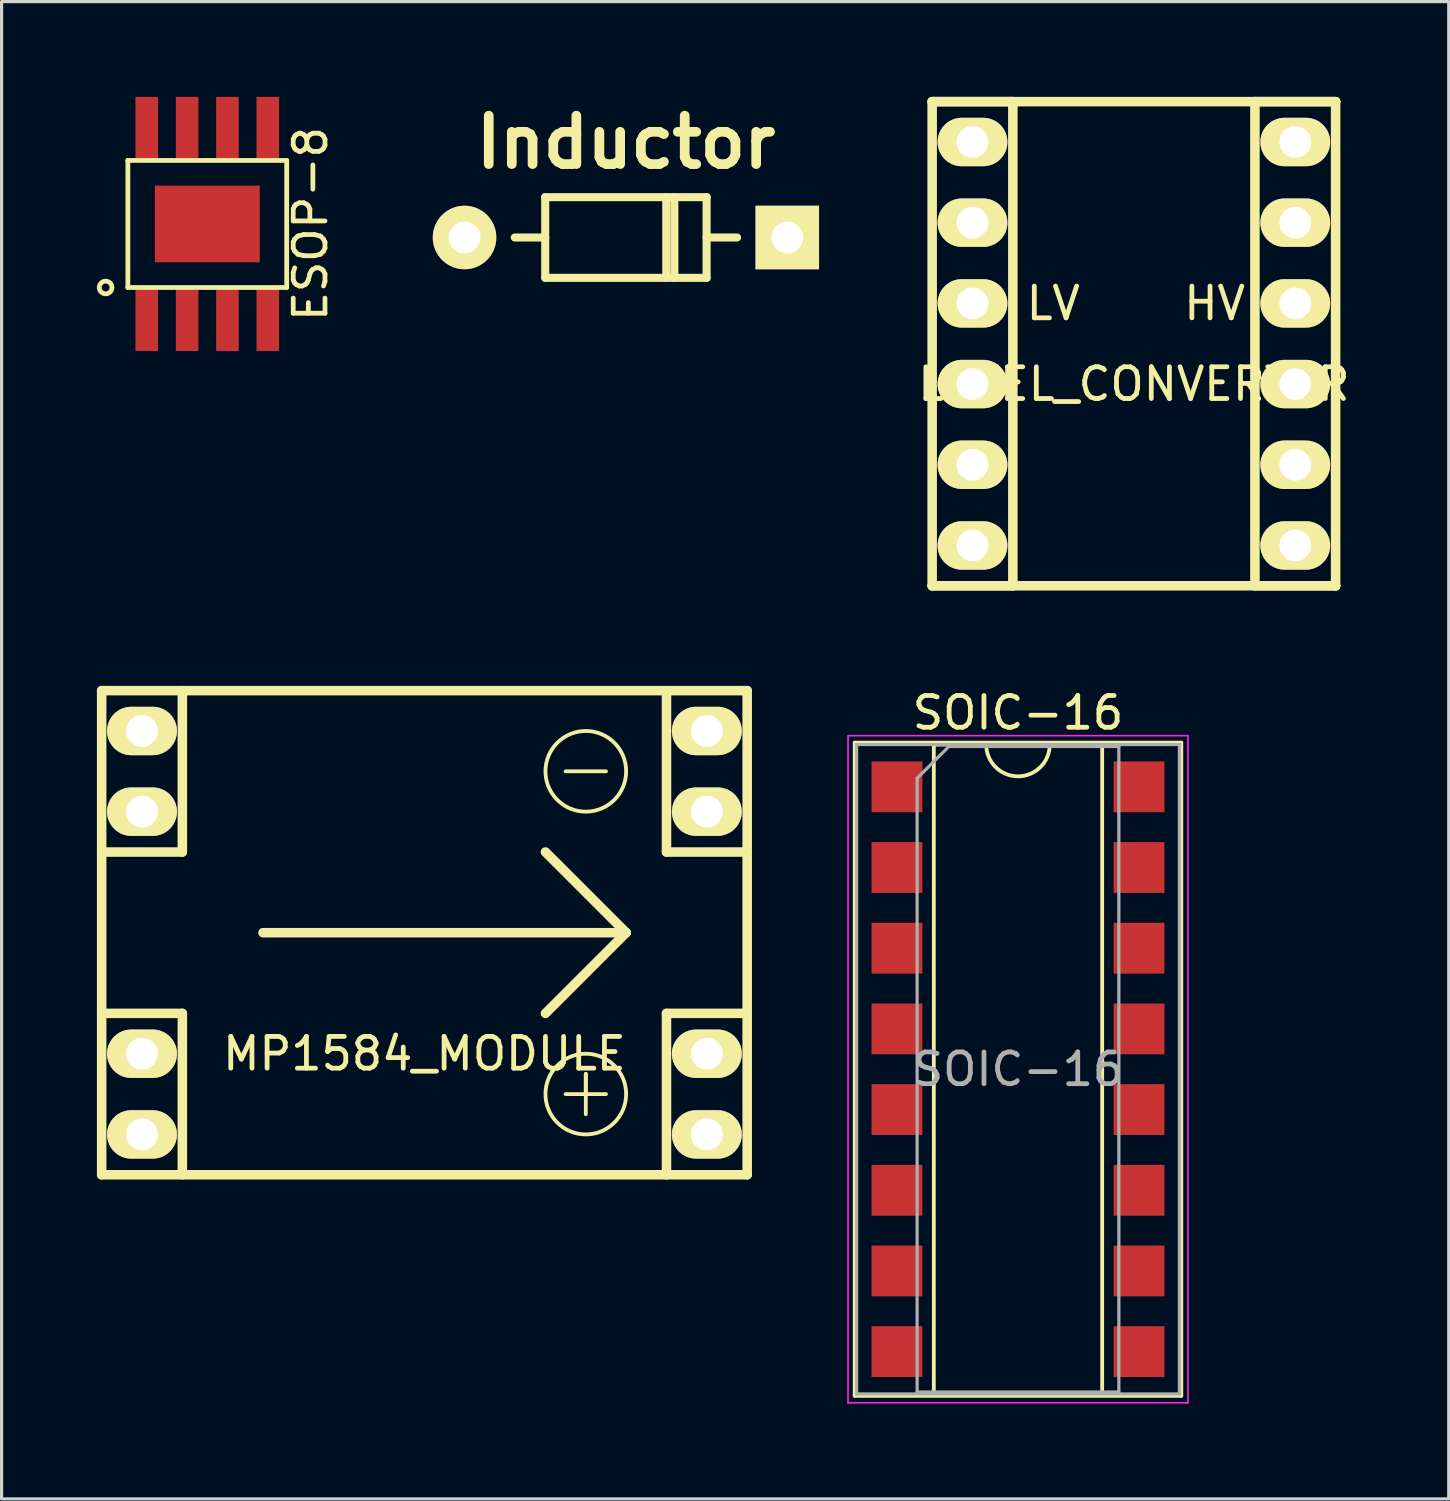
<source format=kicad_pcb>
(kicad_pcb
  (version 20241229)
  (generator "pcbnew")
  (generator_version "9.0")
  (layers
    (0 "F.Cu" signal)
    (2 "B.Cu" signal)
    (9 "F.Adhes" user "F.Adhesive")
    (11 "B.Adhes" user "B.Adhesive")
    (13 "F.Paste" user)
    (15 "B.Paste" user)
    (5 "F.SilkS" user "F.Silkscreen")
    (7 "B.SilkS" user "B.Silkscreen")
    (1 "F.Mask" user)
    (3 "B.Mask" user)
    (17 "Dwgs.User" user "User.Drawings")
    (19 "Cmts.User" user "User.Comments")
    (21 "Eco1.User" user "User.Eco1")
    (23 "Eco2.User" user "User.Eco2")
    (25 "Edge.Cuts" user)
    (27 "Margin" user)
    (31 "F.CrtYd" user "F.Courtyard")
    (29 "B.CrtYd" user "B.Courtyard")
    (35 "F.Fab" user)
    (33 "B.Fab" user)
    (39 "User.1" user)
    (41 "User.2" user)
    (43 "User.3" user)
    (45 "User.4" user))
  (footprint "MP1584_MODULE"
    (layer "F.Cu")
    (at 10.31 26.31)
    (property "Reference" "MP1584_MODULE" (at 0 3.81 180) (layer "F.SilkS") (effects (font (size 1 1) (thickness 0.15))))
    (attr through_hole)
    (fp_line (start -10.16 -7.62) (end 10.16 -7.62) (stroke (width 0.3) (type solid)) (layer "F.SilkS"))
    (fp_line (start -10.16 -2.54) (end -7.62 -2.54) (stroke (width 0.3) (type solid)) (layer "F.SilkS"))
    (fp_line (start -10.16 2.54) (end -7.62 2.54) (stroke (width 0.3) (type solid)) (layer "F.SilkS"))
    (fp_line (start -10.16 7.62) (end -10.16 -7.62) (stroke (width 0.3) (type solid)) (layer "F.SilkS"))
    (fp_line (start -7.62 -2.54) (end -7.62 -7.62) (stroke (width 0.3) (type solid)) (layer "F.SilkS"))
    (fp_line (start -7.62 7.62) (end -7.62 2.54) (stroke (width 0.3) (type solid)) (layer "F.SilkS"))
    (fp_line (start -5.08 0) (end 6.35 0) (stroke (width 0.3) (type solid)) (layer "F.SilkS"))
    (fp_line (start 4.445 -5.08) (end 5.715 -5.08) (stroke (width 0.12) (type solid)) (layer "F.SilkS"))
    (fp_line (start 4.445 5.08) (end 5.08 5.08) (stroke (width 0.12) (type solid)) (layer "F.SilkS"))
    (fp_line (start 5.08 4.445) (end 5.08 5.715) (stroke (width 0.12) (type solid)) (layer "F.SilkS"))
    (fp_line (start 5.08 5.08) (end 5.08 4.445) (stroke (width 0.12) (type solid)) (layer "F.SilkS"))
    (fp_line (start 5.715 5.08) (end 5.08 5.08) (stroke (width 0.12) (type solid)) (layer "F.SilkS"))
    (fp_line (start 6.35 0) (end 3.81 -2.54) (stroke (width 0.3) (type solid)) (layer "F.SilkS"))
    (fp_line (start 6.35 0) (end 3.81 2.54) (stroke (width 0.3) (type solid)) (layer "F.SilkS"))
    (fp_line (start 7.62 -2.54) (end 7.62 -7.62) (stroke (width 0.3) (type solid)) (layer "F.SilkS"))
    (fp_line (start 7.62 -2.54) (end 10.16 -2.54) (stroke (width 0.3) (type solid)) (layer "F.SilkS"))
    (fp_line (start 7.62 2.54) (end 10.16 2.54) (stroke (width 0.3) (type solid)) (layer "F.SilkS"))
    (fp_line (start 7.62 7.62) (end 7.62 2.54) (stroke (width 0.3) (type solid)) (layer "F.SilkS"))
    (fp_line (start 10.16 -7.62) (end 10.16 7.62) (stroke (width 0.3) (type solid)) (layer "F.SilkS"))
    (fp_line (start 10.16 7.62) (end -10.16 7.62) (stroke (width 0.3) (type solid)) (layer "F.SilkS"))
    (fp_circle (center 5.08 -5.08) (end 5.08 -3.81) (stroke (width 0.12) (type solid)) (fill no) (layer "F.SilkS"))
    (fp_circle (center 5.08 5.08) (end 5.08 6.35) (stroke (width 0.12) (type solid)) (fill no) (layer "F.SilkS"))
    (pad "1" thru_hole oval (at -8.89 -6.35 90) (size 1.524 2.2) (drill 1.001) (layers "*.Cu" "*.Mask" "F.SilkS"))
    (pad "1" thru_hole oval (at -8.89 -3.81 90) (size 1.524 2.2) (drill 1.001) (layers "*.Cu" "*.Mask" "F.SilkS"))
    (pad "2" thru_hole oval (at -8.89 3.81 90) (size 1.524 2.2) (drill 1.001) (layers "*.Cu" "*.Mask" "F.SilkS"))
    (pad "2" thru_hole oval (at -8.89 6.35 90) (size 1.524 2.2) (drill 1.001) (layers "*.Cu" "*.Mask" "F.SilkS"))
    (pad "3" thru_hole oval (at 8.89 3.81 90) (size 1.524 2.2) (drill 1.001) (layers "*.Cu" "*.Mask" "F.SilkS"))
    (pad "3" thru_hole oval (at 8.89 6.35 90) (size 1.524 2.2) (drill 1.001) (layers "*.Cu" "*.Mask" "F.SilkS"))
    (pad "4" thru_hole oval (at 8.89 -6.35 90) (size 1.524 2.2) (drill 1.001) (layers "*.Cu" "*.Mask" "F.SilkS"))
    (pad "4" thru_hole oval (at 8.89 -3.81 90) (size 1.524 2.2) (drill 1.001) (layers "*.Cu" "*.Mask" "F.SilkS")))
  (footprint "ESOP-8"
    (layer "F.Cu")
    (at 3.475 4)
    (property "Reference" "ESOP-8" (at 3.25 0 90) (layer "F.SilkS") (effects (font (size 1 1) (thickness 0.15))))
    (attr through_hole)
    (fp_line (start -2.5 -2) (end -2.5 2) (stroke (width 0.15) (type solid)) (layer "F.SilkS"))
    (fp_line (start -2.5 2) (end 2.5 2) (stroke (width 0.15) (type solid)) (layer "F.SilkS"))
    (fp_line (start 2.5 -2) (end -2.5 -2) (stroke (width 0.15) (type solid)) (layer "F.SilkS"))
    (fp_line (start 2.5 -2) (end 2.5 2) (stroke (width 0.15) (type solid)) (layer "F.SilkS"))
    (fp_circle (center -3.2 2) (end -3 2) (stroke (width 0.15) (type solid)) (fill no) (layer "F.SilkS"))
    (pad "" smd rect (at 0 0) (size 3.302 2.413) (layers "F.Cu" "F.Mask" "F.Paste"))
    (pad "1" smd rect (at -1.905 3) (size 0.711 2) (layers "F.Cu" "F.Mask" "F.Paste"))
    (pad "2" smd rect (at -0.635 3) (size 0.711 2) (layers "F.Cu" "F.Mask" "F.Paste"))
    (pad "3" smd rect (at 0.635 3) (size 0.711 2) (layers "F.Cu" "F.Mask" "F.Paste"))
    (pad "4" smd rect (at 1.905 3) (size 0.711 2) (layers "F.Cu" "F.Mask" "F.Paste"))
    (pad "5" smd rect (at 1.905 -3 180) (size 0.711 2) (layers "F.Cu" "F.Mask" "F.Paste"))
    (pad "6" smd rect (at 0.635 -3 180) (size 0.711 2) (layers "F.Cu" "F.Mask" "F.Paste"))
    (pad "7" smd rect (at -0.635 -3 180) (size 0.711 2) (layers "F.Cu" "F.Mask" "F.Paste"))
    (pad "8" smd rect (at -1.905 -3 180) (size 0.711 2) (layers "F.Cu" "F.Mask" "F.Paste")))
  (footprint "Inductor"
    (layer "F.Cu")
    (at 16.653 4.426)
    (property "Reference" "Inductor" (at 0 -3 0) (layer "F.SilkS") (effects (font (size 1.524 1.524) (thickness 0.305))))
    (attr through_hole)
    (fp_line (start -2.54 -1.27) (end -2.54 1.27) (stroke (width 0.254) (type solid)) (layer "F.SilkS"))
    (fp_line (start -2.54 -1.27) (end 2.54 -1.27) (stroke (width 0.254) (type solid)) (layer "F.SilkS"))
    (fp_line (start -2.54 0) (end -3.5 0) (stroke (width 0.254) (type solid)) (layer "F.SilkS"))
    (fp_line (start 1.27 -1.27) (end 1.27 1.27) (stroke (width 0.254) (type solid)) (layer "F.SilkS"))
    (fp_line (start 1.524 1.27) (end 1.524 -1.27) (stroke (width 0.254) (type solid)) (layer "F.SilkS"))
    (fp_line (start 2.54 -1.27) (end 2.54 1.27) (stroke (width 0.254) (type solid)) (layer "F.SilkS"))
    (fp_line (start 2.54 1.27) (end -2.54 1.27) (stroke (width 0.254) (type solid)) (layer "F.SilkS"))
    (fp_line (start 3.5 0) (end 2.54 0) (stroke (width 0.254) (type solid)) (layer "F.SilkS"))
    (pad "1" thru_hole circle (at -5.08 0) (size 1.999 1.999) (drill 1.001) (layers "*.Cu" "*.Mask" "F.SilkS"))
    (pad "2" thru_hole rect (at 5.08 0) (size 1.999 1.999) (drill 1.001) (layers "*.Cu" "*.Mask" "F.SilkS")))
  (footprint "SOIC-16"
    (layer "F.Cu")
    (at 28.995 30.608)
    (property "Reference" "SOIC-16" (at 0 -11.22 0) (layer "F.SilkS") (effects (font (size 1 1) (thickness 0.15))))
    (attr smd)
    (fp_line (start -5.14 -10.28) (end -5.14 10.28) (stroke (width 0.12) (type solid)) (layer "F.SilkS"))
    (fp_line (start -5.14 10.28) (end 5.14 10.28) (stroke (width 0.12) (type solid)) (layer "F.SilkS"))
    (fp_line (start -2.65 -10.22) (end -2.65 10.22) (stroke (width 0.12) (type solid)) (layer "F.SilkS"))
    (fp_line (start -2.65 10.22) (end 2.65 10.22) (stroke (width 0.12) (type solid)) (layer "F.SilkS"))
    (fp_line (start -1 -10.22) (end -2.65 -10.22) (stroke (width 0.12) (type solid)) (layer "F.SilkS"))
    (fp_line (start 2.65 -10.22) (end 1 -10.22) (stroke (width 0.12) (type solid)) (layer "F.SilkS"))
    (fp_line (start 2.65 10.22) (end 2.65 -10.22) (stroke (width 0.12) (type solid)) (layer "F.SilkS"))
    (fp_line (start 5.14 -10.28) (end -5.14 -10.28) (stroke (width 0.12) (type solid)) (layer "F.SilkS"))
    (fp_line (start 5.14 10.28) (end 5.14 -10.28) (stroke (width 0.12) (type solid)) (layer "F.SilkS"))
    (fp_arc (start 1 -10.22) (mid 0 -9.22) (end -1 -10.22) (stroke (width 0.12) (type solid)) (layer "F.SilkS"))
    (fp_line (start -5.35 -10.5) (end -5.35 10.5) (stroke (width 0.05) (type solid)) (layer "F.CrtYd"))
    (fp_line (start -5.35 10.5) (end 5.35 10.5) (stroke (width 0.05) (type solid)) (layer "F.CrtYd"))
    (fp_line (start 5.35 -10.5) (end -5.35 -10.5) (stroke (width 0.05) (type solid)) (layer "F.CrtYd"))
    (fp_line (start 5.35 10.5) (end 5.35 -10.5) (stroke (width 0.05) (type solid)) (layer "F.CrtYd"))
    (fp_line (start -5.08 -10.22) (end -5.08 10.22) (stroke (width 0.1) (type solid)) (layer "F.Fab"))
    (fp_line (start -5.08 10.22) (end 5.08 10.22) (stroke (width 0.1) (type solid)) (layer "F.Fab"))
    (fp_line (start -3.175 -9.16) (end -2.175 -10.16) (stroke (width 0.1) (type solid)) (layer "F.Fab"))
    (fp_line (start -3.175 10.16) (end -3.175 -9.16) (stroke (width 0.1) (type solid)) (layer "F.Fab"))
    (fp_line (start -2.175 -10.16) (end 3.175 -10.16) (stroke (width 0.1) (type solid)) (layer "F.Fab"))
    (fp_line (start 3.175 -10.16) (end 3.175 10.16) (stroke (width 0.1) (type solid)) (layer "F.Fab"))
    (fp_line (start 3.175 10.16) (end -3.175 10.16) (stroke (width 0.1) (type solid)) (layer "F.Fab"))
    (fp_line (start 5.08 -10.22) (end -5.08 -10.22) (stroke (width 0.1) (type solid)) (layer "F.Fab"))
    (fp_line (start 5.08 10.22) (end 5.08 -10.22) (stroke (width 0.1) (type solid)) (layer "F.Fab"))
    (fp_text user "${REFERENCE}" (at 0 0 0) (layer "F.Fab") (effects (font (size 1 1) (thickness 0.15))))
    (pad "1" smd rect (at -3.81 -8.89) (size 1.6 1.6) (layers "F.Cu" "F.Mask" "F.Paste"))
    (pad "2" smd rect (at -3.81 -6.35) (size 1.6 1.6) (layers "F.Cu" "F.Mask" "F.Paste"))
    (pad "3" smd rect (at -3.81 -3.81) (size 1.6 1.6) (layers "F.Cu" "F.Mask" "F.Paste"))
    (pad "4" smd rect (at -3.81 -1.27) (size 1.6 1.6) (layers "F.Cu" "F.Mask" "F.Paste"))
    (pad "5" smd rect (at -3.81 1.27) (size 1.6 1.6) (layers "F.Cu" "F.Mask" "F.Paste"))
    (pad "6" smd rect (at -3.81 3.81) (size 1.6 1.6) (layers "F.Cu" "F.Mask" "F.Paste"))
    (pad "7" smd rect (at -3.81 6.35) (size 1.6 1.6) (layers "F.Cu" "F.Mask" "F.Paste"))
    (pad "8" smd rect (at -3.81 8.89) (size 1.6 1.6) (layers "F.Cu" "F.Mask" "F.Paste"))
    (pad "9" smd rect (at 3.81 8.89) (size 1.6 1.6) (layers "F.Cu" "F.Mask" "F.Paste"))
    (pad "10" smd rect (at 3.81 6.35) (size 1.6 1.6) (layers "F.Cu" "F.Mask" "F.Paste"))
    (pad "11" smd rect (at 3.81 3.81) (size 1.6 1.6) (layers "F.Cu" "F.Mask" "F.Paste"))
    (pad "12" smd rect (at 3.81 1.27) (size 1.6 1.6) (layers "F.Cu" "F.Mask" "F.Paste"))
    (pad "13" smd rect (at 3.81 -1.27) (size 1.6 1.6) (layers "F.Cu" "F.Mask" "F.Paste"))
    (pad "14" smd rect (at 3.81 -3.81) (size 1.6 1.6) (layers "F.Cu" "F.Mask" "F.Paste"))
    (pad "15" smd rect (at 3.81 -6.35) (size 1.6 1.6) (layers "F.Cu" "F.Mask" "F.Paste"))
    (pad "16" smd rect (at 3.81 -8.89) (size 1.6 1.6) (layers "F.Cu" "F.Mask" "F.Paste")))
  (footprint "LEVEL_CONVERTER"
    (layer "F.Cu")
    (at 32.643 7.77)
    (property "Reference" "LEVEL_CONVERTER" (at 0 1.27 0) (layer "F.SilkS") (effects (font (size 1 1) (thickness 0.15))))
    (attr through_hole)
    (fp_line (start -6.35 -7.62) (end -3.81 -7.62) (stroke (width 0.3) (type solid)) (layer "F.SilkS"))
    (fp_line (start -6.35 -7.62) (end 6.35 -7.62) (stroke (width 0.3) (type solid)) (layer "F.SilkS"))
    (fp_line (start -6.35 7.62) (end -6.35 -7.62) (stroke (width 0.3) (type solid)) (layer "F.SilkS"))
    (fp_line (start -6.35 7.62) (end -3.81 7.62) (stroke (width 0.3) (type solid)) (layer "F.SilkS"))
    (fp_line (start -6.35 7.62) (end 6.35 7.62) (stroke (width 0.3) (type solid)) (layer "F.SilkS"))
    (fp_line (start -3.81 -7.62) (end -3.81 7.62) (stroke (width 0.3) (type solid)) (layer "F.SilkS"))
    (fp_line (start 3.81 -7.62) (end 6.35 -7.62) (stroke (width 0.3) (type solid)) (layer "F.SilkS"))
    (fp_line (start 3.81 7.62) (end 3.81 -7.62) (stroke (width 0.3) (type solid)) (layer "F.SilkS"))
    (fp_line (start 3.81 7.62) (end 6.35 7.62) (stroke (width 0.3) (type solid)) (layer "F.SilkS"))
    (fp_line (start 6.35 -7.62) (end 6.35 7.62) (stroke (width 0.3) (type solid)) (layer "F.SilkS"))
    (fp_text user "HV" (at 2.54 -1.27 0) (layer "F.SilkS") (effects (font (size 1 1) (thickness 0.15))))
    (fp_text user "LV" (at -2.54 -1.27 0) (layer "F.SilkS") (effects (font (size 1 1) (thickness 0.15))))
    (pad "1" thru_hole oval (at -5.08 -6.35 90) (size 1.524 2.197) (drill 0.998) (layers "*.Cu" "*.Mask" "F.SilkS"))
    (pad "2" thru_hole oval (at -5.08 -3.81 90) (size 1.524 2.197) (drill 0.998) (layers "*.Cu" "*.Mask" "F.SilkS"))
    (pad "3" thru_hole oval (at -5.08 -1.27 90) (size 1.524 2.197) (drill 0.998) (layers "*.Cu" "*.Mask" "F.SilkS"))
    (pad "4" thru_hole oval (at -5.08 1.27 90) (size 1.524 2.197) (drill 0.998) (layers "*.Cu" "*.Mask" "F.SilkS"))
    (pad "5" thru_hole oval (at -5.08 3.81 90) (size 1.524 2.197) (drill 0.998) (layers "*.Cu" "*.Mask" "F.SilkS"))
    (pad "6" thru_hole oval (at -5.08 6.35 90) (size 1.524 2.197) (drill 0.998) (layers "*.Cu" "*.Mask" "F.SilkS"))
    (pad "7" thru_hole oval (at 5.08 6.35 90) (size 1.524 2.197) (drill 0.998) (layers "*.Cu" "*.Mask" "F.SilkS"))
    (pad "8" thru_hole oval (at 5.08 3.81 90) (size 1.524 2.197) (drill 0.998) (layers "*.Cu" "*.Mask" "F.SilkS"))
    (pad "9" thru_hole oval (at 5.08 1.27 90) (size 1.524 2.197) (drill 0.998) (layers "*.Cu" "*.Mask" "F.SilkS"))
    (pad "10" thru_hole oval (at 5.08 -1.27 90) (size 1.524 2.197) (drill 0.998) (layers "*.Cu" "*.Mask" "F.SilkS"))
    (pad "11" thru_hole oval (at 5.08 -3.81 90) (size 1.524 2.197) (drill 0.998) (layers "*.Cu" "*.Mask" "F.SilkS"))
    (pad "12" thru_hole oval (at 5.08 -6.35 90) (size 1.524 2.197) (drill 0.998) (layers "*.Cu" "*.Mask" "F.SilkS")))
  (gr_rect
    (start -3 -3)
    (end 42.554 44.133)
    (stroke (width 0.1) (type default))
    (fill no)
    (layer "Edge.Cuts")))
</source>
